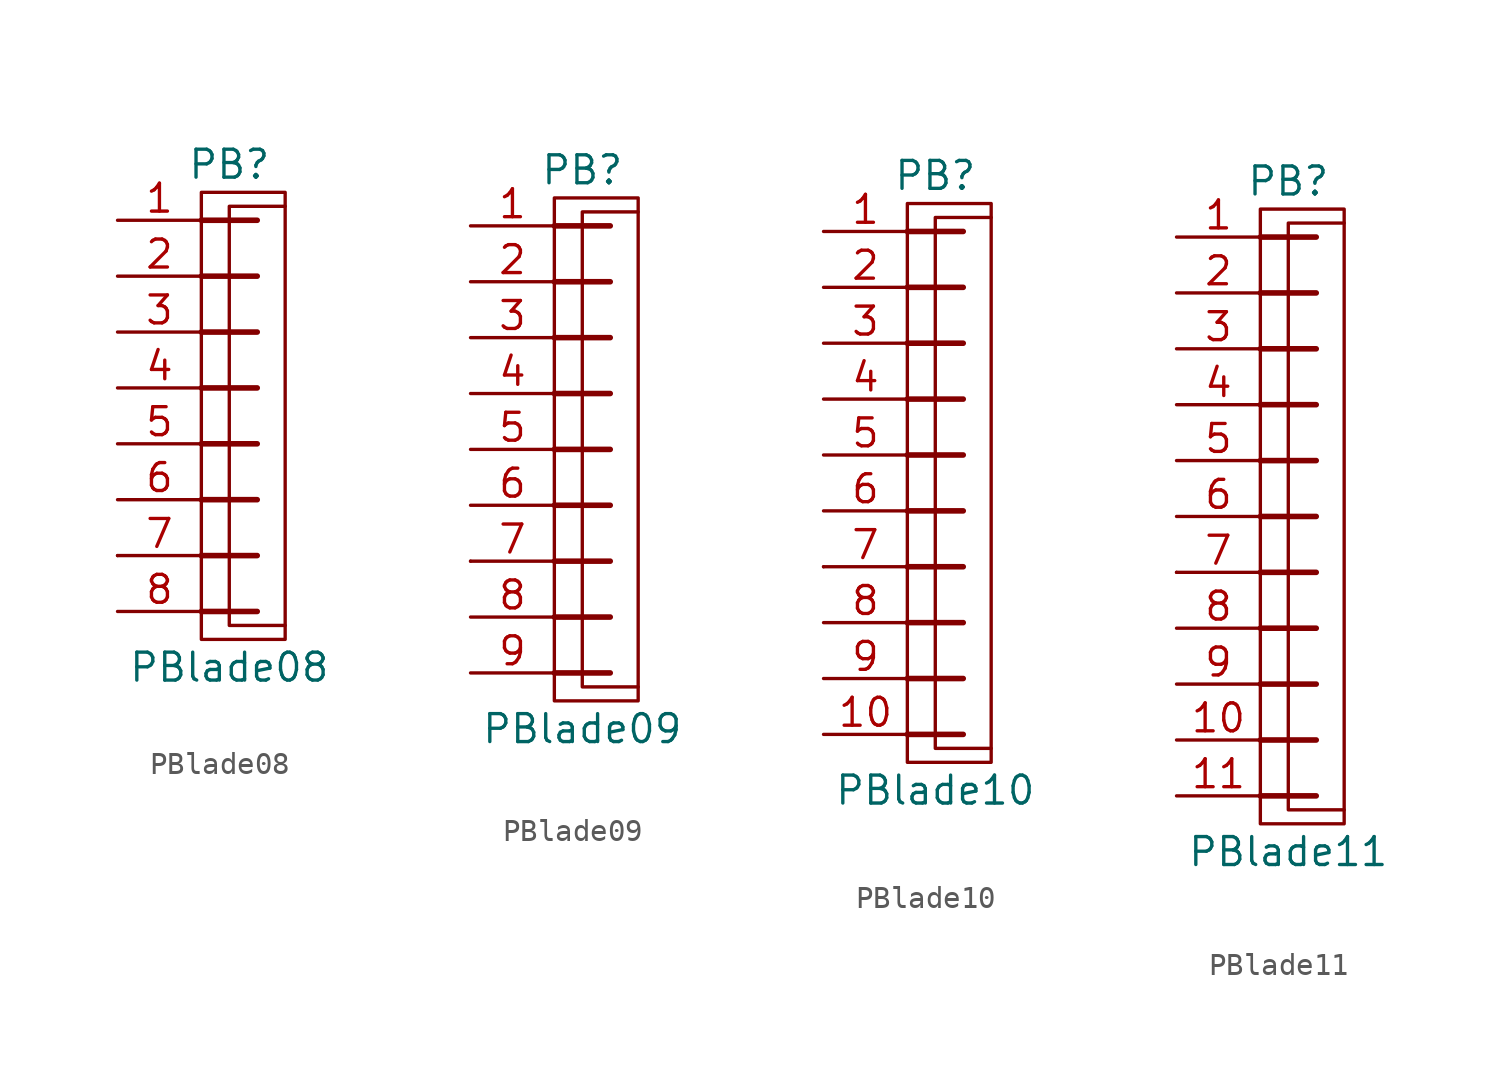
<source format=kicad_sym>
(kicad_symbol_lib
  (version 20211014)
  (generator kicad_symbol_editor)
  (symbol "PBlade08"
    (pin_names
      (offset 1.016) hide)
    (property "Reference" "PB"
      (at -1.27 10.16 0)
      (effects (font (size 1.27 1.27))))
    (property "Value" "PBlade08"
      (at -1.27 -12.7 0)
      (effects (font (size 1.27 1.27))))
    (property "Footprint" ""
      (at -1.27 3.81 0)
      (effects (font (size 1.524 1.524))))
    (property "Datasheet" ""
      (at -1.27 3.81 0)
      (effects (font (size 1.524 1.524))))
    (symbol "PBlade08_0_1"
      (rectangle (start -2.54 8.89) (end 1.27 -11.43) (stroke (width 0) (type default) (color 0 0 0 0)) (fill (type none)))
      (polyline (pts (xy -6.35 -7.62) (xy -6.35 -7.62)) (stroke (width 0) (type default) (color 0 0 0 0)) (fill (type none)))
      (polyline (pts (xy -2.54 -10.16) (xy 0 -10.16)) (stroke (width 0.254) (type default) (color 0 0 0 0)) (fill (type none)))
      (polyline (pts (xy -2.54 -7.62) (xy 0 -7.62)) (stroke (width 0.254) (type default) (color 0 0 0 0)) (fill (type none)))
      (polyline (pts (xy -2.54 -5.08) (xy 0 -5.08)) (stroke (width 0.254) (type default) (color 0 0 0 0)) (fill (type none)))
      (polyline (pts (xy -2.54 -2.54) (xy 0 -2.54)) (stroke (width 0.254) (type default) (color 0 0 0 0)) (fill (type none)))
      (polyline (pts (xy -2.54 0) (xy 0 0)) (stroke (width 0.254) (type default) (color 0 0 0 0)) (fill (type none)))
      (polyline (pts (xy -2.54 2.54) (xy 0 2.54)) (stroke (width 0.254) (type default) (color 0 0 0 0)) (fill (type none)))
      (polyline (pts (xy -2.54 5.08) (xy 0 5.08)) (stroke (width 0.254) (type default) (color 0 0 0 0)) (fill (type none)))
      (polyline (pts (xy -2.54 7.62) (xy 0 7.62)) (stroke (width 0.254) (type default) (color 0 0 0 0)) (fill (type none)))
      (polyline (pts (xy 1.27 8.255) (xy -1.27 8.255) (xy -1.27 -10.795) (xy 1.27 -10.795)) (stroke (width 0) (type default) (color 0 0 0 0)) (fill (type none))))
    (symbol "PBlade08_1_1"
      (pin passive line (at -6.35 7.62 0) (length 3.81) (name "~" (effects (font (size 1.27 1.27)))) (number "1" (effects (font (size 1.27 1.27)))))
      (pin passive line (at -6.35 5.08 0) (length 3.81) (name "~" (effects (font (size 1.27 1.27)))) (number "2" (effects (font (size 1.27 1.27)))))
      (pin passive line (at -6.35 2.54 0) (length 3.81) (name "~" (effects (font (size 1.27 1.27)))) (number "3" (effects (font (size 1.27 1.27)))))
      (pin passive line (at -6.35 0 0) (length 3.81) (name "~" (effects (font (size 1.27 1.27)))) (number "4" (effects (font (size 1.27 1.27)))))
      (pin passive line (at -6.35 -2.54 0) (length 3.81) (name "~" (effects (font (size 1.27 1.27)))) (number "5" (effects (font (size 1.27 1.27)))))
      (pin passive line (at -6.35 -5.08 0) (length 3.81) (name "~" (effects (font (size 1.27 1.27)))) (number "6" (effects (font (size 1.27 1.27)))))
      (pin passive line (at -6.35 -7.62 0) (length 3.81) (name "~" (effects (font (size 1.27 1.27)))) (number "7" (effects (font (size 1.27 1.27)))))
      (pin passive line (at -6.35 -10.16 0) (length 3.81) (name "~" (effects (font (size 1.27 1.27)))) (number "8" (effects (font (size 1.27 1.27)))))))
  (symbol "PBlade09"
    (pin_names
      (offset 1.016) hide)
    (property "Reference" "PB"
      (at -1.27 12.7 0)
      (effects (font (size 1.27 1.27))))
    (property "Value" "PBlade09"
      (at -1.27 -12.7 0)
      (effects (font (size 1.27 1.27))))
    (property "Footprint" ""
      (at -1.27 6.35 0)
      (effects (font (size 1.524 1.524))))
    (property "Datasheet" ""
      (at -1.27 6.35 0)
      (effects (font (size 1.524 1.524))))
    (symbol "PBlade09_0_1"
      (rectangle (start -2.54 11.43) (end 1.27 -11.43) (stroke (width 0) (type default) (color 0 0 0 0)) (fill (type none)))
      (polyline (pts (xy -6.35 -5.08) (xy -6.35 -5.08)) (stroke (width 0) (type default) (color 0 0 0 0)) (fill (type none)))
      (polyline (pts (xy -2.54 -10.16) (xy 0 -10.16)) (stroke (width 0.254) (type default) (color 0 0 0 0)) (fill (type none)))
      (polyline (pts (xy -2.54 -7.62) (xy 0 -7.62)) (stroke (width 0.254) (type default) (color 0 0 0 0)) (fill (type none)))
      (polyline (pts (xy -2.54 -5.08) (xy 0 -5.08)) (stroke (width 0.254) (type default) (color 0 0 0 0)) (fill (type none)))
      (polyline (pts (xy -2.54 -2.54) (xy 0 -2.54)) (stroke (width 0.254) (type default) (color 0 0 0 0)) (fill (type none)))
      (polyline (pts (xy -2.54 0) (xy 0 0)) (stroke (width 0.254) (type default) (color 0 0 0 0)) (fill (type none)))
      (polyline (pts (xy -2.54 2.54) (xy 0 2.54)) (stroke (width 0.254) (type default) (color 0 0 0 0)) (fill (type none)))
      (polyline (pts (xy -2.54 5.08) (xy 0 5.08)) (stroke (width 0.254) (type default) (color 0 0 0 0)) (fill (type none)))
      (polyline (pts (xy -2.54 7.62) (xy 0 7.62)) (stroke (width 0.254) (type default) (color 0 0 0 0)) (fill (type none)))
      (polyline (pts (xy -2.54 10.16) (xy 0 10.16)) (stroke (width 0.254) (type default) (color 0 0 0 0)) (fill (type none)))
      (polyline (pts (xy 1.27 10.795) (xy -1.27 10.795) (xy -1.27 -10.795) (xy 1.27 -10.795)) (stroke (width 0) (type default) (color 0 0 0 0)) (fill (type none))))
    (symbol "PBlade09_1_1"
      (pin passive line (at -6.35 10.16 0) (length 3.81) (name "~" (effects (font (size 1.27 1.27)))) (number "1" (effects (font (size 1.27 1.27)))))
      (pin passive line (at -6.35 7.62 0) (length 3.81) (name "~" (effects (font (size 1.27 1.27)))) (number "2" (effects (font (size 1.27 1.27)))))
      (pin passive line (at -6.35 5.08 0) (length 3.81) (name "~" (effects (font (size 1.27 1.27)))) (number "3" (effects (font (size 1.27 1.27)))))
      (pin passive line (at -6.35 2.54 0) (length 3.81) (name "~" (effects (font (size 1.27 1.27)))) (number "4" (effects (font (size 1.27 1.27)))))
      (pin passive line (at -6.35 0 0) (length 3.81) (name "~" (effects (font (size 1.27 1.27)))) (number "5" (effects (font (size 1.27 1.27)))))
      (pin passive line (at -6.35 -2.54 0) (length 3.81) (name "~" (effects (font (size 1.27 1.27)))) (number "6" (effects (font (size 1.27 1.27)))))
      (pin passive line (at -6.35 -5.08 0) (length 3.81) (name "~" (effects (font (size 1.27 1.27)))) (number "7" (effects (font (size 1.27 1.27)))))
      (pin passive line (at -6.35 -7.62 0) (length 3.81) (name "~" (effects (font (size 1.27 1.27)))) (number "8" (effects (font (size 1.27 1.27)))))
      (pin passive line (at -6.35 -10.16 0) (length 3.81) (name "~" (effects (font (size 1.27 1.27)))) (number "9" (effects (font (size 1.27 1.27)))))))
  (symbol "PBlade10"
    (pin_names
      (offset 1.016) hide)
    (property "Reference" "PB"
      (at -1.27 12.7 0)
      (effects (font (size 1.27 1.27))))
    (property "Value" "PBlade10"
      (at -1.27 -15.24 0)
      (effects (font (size 1.27 1.27))))
    (property "Footprint" ""
      (at -1.27 6.35 0)
      (effects (font (size 1.524 1.524))))
    (property "Datasheet" ""
      (at -1.27 6.35 0)
      (effects (font (size 1.524 1.524))))
    (symbol "PBlade10_0_1"
      (rectangle (start -2.54 11.43) (end 1.27 -13.97) (stroke (width 0) (type default) (color 0 0 0 0)) (fill (type none)))
      (polyline (pts (xy -6.35 -5.08) (xy -6.35 -5.08)) (stroke (width 0) (type default) (color 0 0 0 0)) (fill (type none)))
      (polyline (pts (xy -2.54 -12.7) (xy 0 -12.7)) (stroke (width 0.254) (type default) (color 0 0 0 0)) (fill (type none)))
      (polyline (pts (xy -2.54 -10.16) (xy 0 -10.16)) (stroke (width 0.254) (type default) (color 0 0 0 0)) (fill (type none)))
      (polyline (pts (xy -2.54 -7.62) (xy 0 -7.62)) (stroke (width 0.254) (type default) (color 0 0 0 0)) (fill (type none)))
      (polyline (pts (xy -2.54 -5.08) (xy 0 -5.08)) (stroke (width 0.254) (type default) (color 0 0 0 0)) (fill (type none)))
      (polyline (pts (xy -2.54 -2.54) (xy 0 -2.54)) (stroke (width 0.254) (type default) (color 0 0 0 0)) (fill (type none)))
      (polyline (pts (xy -2.54 0) (xy 0 0)) (stroke (width 0.254) (type default) (color 0 0 0 0)) (fill (type none)))
      (polyline (pts (xy -2.54 2.54) (xy 0 2.54)) (stroke (width 0.254) (type default) (color 0 0 0 0)) (fill (type none)))
      (polyline (pts (xy -2.54 5.08) (xy 0 5.08)) (stroke (width 0.254) (type default) (color 0 0 0 0)) (fill (type none)))
      (polyline (pts (xy -2.54 7.62) (xy 0 7.62)) (stroke (width 0.254) (type default) (color 0 0 0 0)) (fill (type none)))
      (polyline (pts (xy -2.54 10.16) (xy 0 10.16)) (stroke (width 0.254) (type default) (color 0 0 0 0)) (fill (type none)))
      (polyline (pts (xy 1.27 10.795) (xy -1.27 10.795) (xy -1.27 -13.335) (xy 1.27 -13.335)) (stroke (width 0) (type default) (color 0 0 0 0)) (fill (type none))))
    (symbol "PBlade10_1_1"
      (pin passive line (at -6.35 10.16 0) (length 3.81) (name "~" (effects (font (size 1.27 1.27)))) (number "1" (effects (font (size 1.27 1.27)))))
      (pin passive line (at -6.35 -12.7 0) (length 3.81) (name "~" (effects (font (size 1.27 1.27)))) (number "10" (effects (font (size 1.27 1.27)))))
      (pin passive line (at -6.35 7.62 0) (length 3.81) (name "~" (effects (font (size 1.27 1.27)))) (number "2" (effects (font (size 1.27 1.27)))))
      (pin passive line (at -6.35 5.08 0) (length 3.81) (name "~" (effects (font (size 1.27 1.27)))) (number "3" (effects (font (size 1.27 1.27)))))
      (pin passive line (at -6.35 2.54 0) (length 3.81) (name "~" (effects (font (size 1.27 1.27)))) (number "4" (effects (font (size 1.27 1.27)))))
      (pin passive line (at -6.35 0 0) (length 3.81) (name "~" (effects (font (size 1.27 1.27)))) (number "5" (effects (font (size 1.27 1.27)))))
      (pin passive line (at -6.35 -2.54 0) (length 3.81) (name "~" (effects (font (size 1.27 1.27)))) (number "6" (effects (font (size 1.27 1.27)))))
      (pin passive line (at -6.35 -5.08 0) (length 3.81) (name "~" (effects (font (size 1.27 1.27)))) (number "7" (effects (font (size 1.27 1.27)))))
      (pin passive line (at -6.35 -7.62 0) (length 3.81) (name "~" (effects (font (size 1.27 1.27)))) (number "8" (effects (font (size 1.27 1.27)))))
      (pin passive line (at -6.35 -10.16 0) (length 3.81) (name "~" (effects (font (size 1.27 1.27)))) (number "9" (effects (font (size 1.27 1.27)))))))
  (symbol "PBlade11"
    (pin_names
      (offset 1.016) hide)
    (property "Reference" "PB"
      (at -1.27 15.24 0)
      (effects (font (size 1.27 1.27))))
    (property "Value" "PBlade11"
      (at -1.27 -15.24 0)
      (effects (font (size 1.27 1.27))))
    (property "Footprint" ""
      (at -1.27 8.89 0)
      (effects (font (size 1.524 1.524))))
    (property "Datasheet" ""
      (at -1.27 8.89 0)
      (effects (font (size 1.524 1.524))))
    (symbol "PBlade11_0_1"
      (rectangle (start -2.54 13.97) (end 1.27 -13.97) (stroke (width 0) (type default) (color 0 0 0 0)) (fill (type none)))
      (polyline (pts (xy -6.35 -2.54) (xy -6.35 -2.54)) (stroke (width 0) (type default) (color 0 0 0 0)) (fill (type none)))
      (polyline (pts (xy -2.54 -12.7) (xy 0 -12.7)) (stroke (width 0.254) (type default) (color 0 0 0 0)) (fill (type none)))
      (polyline (pts (xy -2.54 -10.16) (xy 0 -10.16)) (stroke (width 0.254) (type default) (color 0 0 0 0)) (fill (type none)))
      (polyline (pts (xy -2.54 -7.62) (xy 0 -7.62)) (stroke (width 0.254) (type default) (color 0 0 0 0)) (fill (type none)))
      (polyline (pts (xy -2.54 -5.08) (xy 0 -5.08)) (stroke (width 0.254) (type default) (color 0 0 0 0)) (fill (type none)))
      (polyline (pts (xy -2.54 -2.54) (xy 0 -2.54)) (stroke (width 0.254) (type default) (color 0 0 0 0)) (fill (type none)))
      (polyline (pts (xy -2.54 0) (xy 0 0)) (stroke (width 0.254) (type default) (color 0 0 0 0)) (fill (type none)))
      (polyline (pts (xy -2.54 2.54) (xy 0 2.54)) (stroke (width 0.254) (type default) (color 0 0 0 0)) (fill (type none)))
      (polyline (pts (xy -2.54 5.08) (xy 0 5.08)) (stroke (width 0.254) (type default) (color 0 0 0 0)) (fill (type none)))
      (polyline (pts (xy -2.54 7.62) (xy 0 7.62)) (stroke (width 0.254) (type default) (color 0 0 0 0)) (fill (type none)))
      (polyline (pts (xy -2.54 10.16) (xy 0 10.16)) (stroke (width 0.254) (type default) (color 0 0 0 0)) (fill (type none)))
      (polyline (pts (xy -2.54 12.7) (xy 0 12.7)) (stroke (width 0.254) (type default) (color 0 0 0 0)) (fill (type none)))
      (polyline (pts (xy 1.27 13.335) (xy -1.27 13.335) (xy -1.27 -13.335) (xy 1.27 -13.335)) (stroke (width 0) (type default) (color 0 0 0 0)) (fill (type none))))
    (symbol "PBlade11_1_1"
      (pin passive line (at -6.35 12.7 0) (length 3.81) (name "~" (effects (font (size 1.27 1.27)))) (number "1" (effects (font (size 1.27 1.27)))))
      (pin passive line (at -6.35 -10.16 0) (length 3.81) (name "~" (effects (font (size 1.27 1.27)))) (number "10" (effects (font (size 1.27 1.27)))))
      (pin passive line (at -6.35 -12.7 0) (length 3.81) (name "~" (effects (font (size 1.27 1.27)))) (number "11" (effects (font (size 1.27 1.27)))))
      (pin passive line (at -6.35 10.16 0) (length 3.81) (name "~" (effects (font (size 1.27 1.27)))) (number "2" (effects (font (size 1.27 1.27)))))
      (pin passive line (at -6.35 7.62 0) (length 3.81) (name "~" (effects (font (size 1.27 1.27)))) (number "3" (effects (font (size 1.27 1.27)))))
      (pin passive line (at -6.35 5.08 0) (length 3.81) (name "~" (effects (font (size 1.27 1.27)))) (number "4" (effects (font (size 1.27 1.27)))))
      (pin passive line (at -6.35 2.54 0) (length 3.81) (name "~" (effects (font (size 1.27 1.27)))) (number "5" (effects (font (size 1.27 1.27)))))
      (pin passive line (at -6.35 0 0) (length 3.81) (name "~" (effects (font (size 1.27 1.27)))) (number "6" (effects (font (size 1.27 1.27)))))
      (pin passive line (at -6.35 -2.54 0) (length 3.81) (name "~" (effects (font (size 1.27 1.27)))) (number "7" (effects (font (size 1.27 1.27)))))
      (pin passive line (at -6.35 -5.08 0) (length 3.81) (name "~" (effects (font (size 1.27 1.27)))) (number "8" (effects (font (size 1.27 1.27)))))
      (pin passive line (at -6.35 -7.62 0) (length 3.81) (name "~" (effects (font (size 1.27 1.27)))) (number "9" (effects (font (size 1.27 1.27))))))))
</source>
